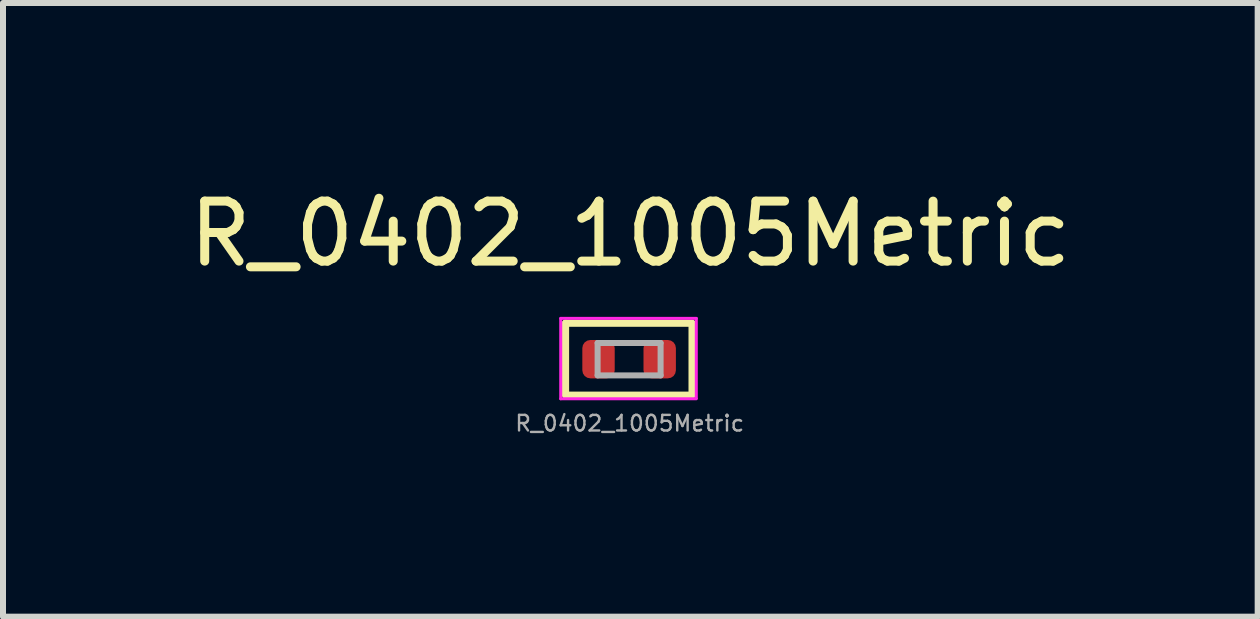
<source format=kicad_pcb>
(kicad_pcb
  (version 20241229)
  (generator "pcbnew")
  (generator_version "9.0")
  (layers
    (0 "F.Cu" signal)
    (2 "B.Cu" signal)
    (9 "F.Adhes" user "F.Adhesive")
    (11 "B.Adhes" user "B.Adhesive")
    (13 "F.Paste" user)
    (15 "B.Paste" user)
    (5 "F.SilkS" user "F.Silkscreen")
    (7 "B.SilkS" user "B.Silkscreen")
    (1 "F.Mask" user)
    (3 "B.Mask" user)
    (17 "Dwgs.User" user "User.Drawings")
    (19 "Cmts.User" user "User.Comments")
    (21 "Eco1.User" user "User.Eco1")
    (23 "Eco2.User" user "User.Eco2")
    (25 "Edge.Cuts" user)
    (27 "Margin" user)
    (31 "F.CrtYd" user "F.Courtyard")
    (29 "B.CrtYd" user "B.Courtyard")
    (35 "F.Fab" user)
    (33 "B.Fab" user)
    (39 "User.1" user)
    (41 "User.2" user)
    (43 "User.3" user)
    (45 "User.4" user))
  (footprint "R_0402_1005Metric"
    (layer "F.Cu")
    (at 7.438 2.938)
    (property "Reference" "R_0402_1005Metric" (at 0.02 -2.09 0) (layer "F.SilkS") (effects (font (size 1 1) (thickness 0.15))))
    (attr smd)
    (fp_line (start -1.06 -0.6) (end 1.02 -0.6) (stroke (width 0.12) (type solid)) (layer "F.SilkS"))
    (fp_line (start -1.06 0.6) (end -1.06 -0.6) (stroke (width 0.12) (type solid)) (layer "F.SilkS"))
    (fp_line (start -1.05 0.6) (end 1.02 0.6) (stroke (width 0.12) (type solid)) (layer "F.SilkS"))
    (fp_line (start 1.05 0.6) (end 1.05 -0.6) (stroke (width 0.12) (type solid)) (layer "F.SilkS"))
    (fp_line (start -1.14 -0.68) (end 1.12 -0.68) (stroke (width 0.05) (type solid)) (layer "F.CrtYd"))
    (fp_line (start -1.14 0.66) (end -1.14 -0.68) (stroke (width 0.05) (type solid)) (layer "F.CrtYd"))
    (fp_line (start 1.12 -0.68) (end 1.12 0.65) (stroke (width 0.05) (type solid)) (layer "F.CrtYd"))
    (fp_line (start 1.12 0.66) (end -1.14 0.66) (stroke (width 0.05) (type solid)) (layer "F.CrtYd"))
    (fp_line (start -0.525 -0.27) (end 0.525 -0.27) (stroke (width 0.1) (type solid)) (layer "F.Fab"))
    (fp_line (start -0.525 0.27) (end -0.525 -0.27) (stroke (width 0.1) (type solid)) (layer "F.Fab"))
    (fp_line (start 0.525 -0.27) (end 0.525 0.27) (stroke (width 0.1) (type solid)) (layer "F.Fab"))
    (fp_line (start 0.525 0.27) (end -0.525 0.27) (stroke (width 0.1) (type solid)) (layer "F.Fab"))
    (fp_text user "${REFERENCE}" (at 0.01 1.07 0) (layer "F.Fab") (effects (font (size 0.26 0.26) (thickness 0.04))))
    (pad "1" smd roundrect (at -0.51 0) (size 0.54 0.64) (layers "F.Cu" "F.Mask" "F.Paste") (roundrect_rratio 0.25))
    (pad "2" smd roundrect (at 0.51 0) (size 0.54 0.64) (layers "F.Cu" "F.Mask" "F.Paste") (roundrect_rratio 0.25)))
  (gr_rect
    (start -3 -3)
    (end 17.917 7.231)
    (stroke (width 0.1) (type default))
    (fill no)
    (layer "Edge.Cuts")))
</source>
